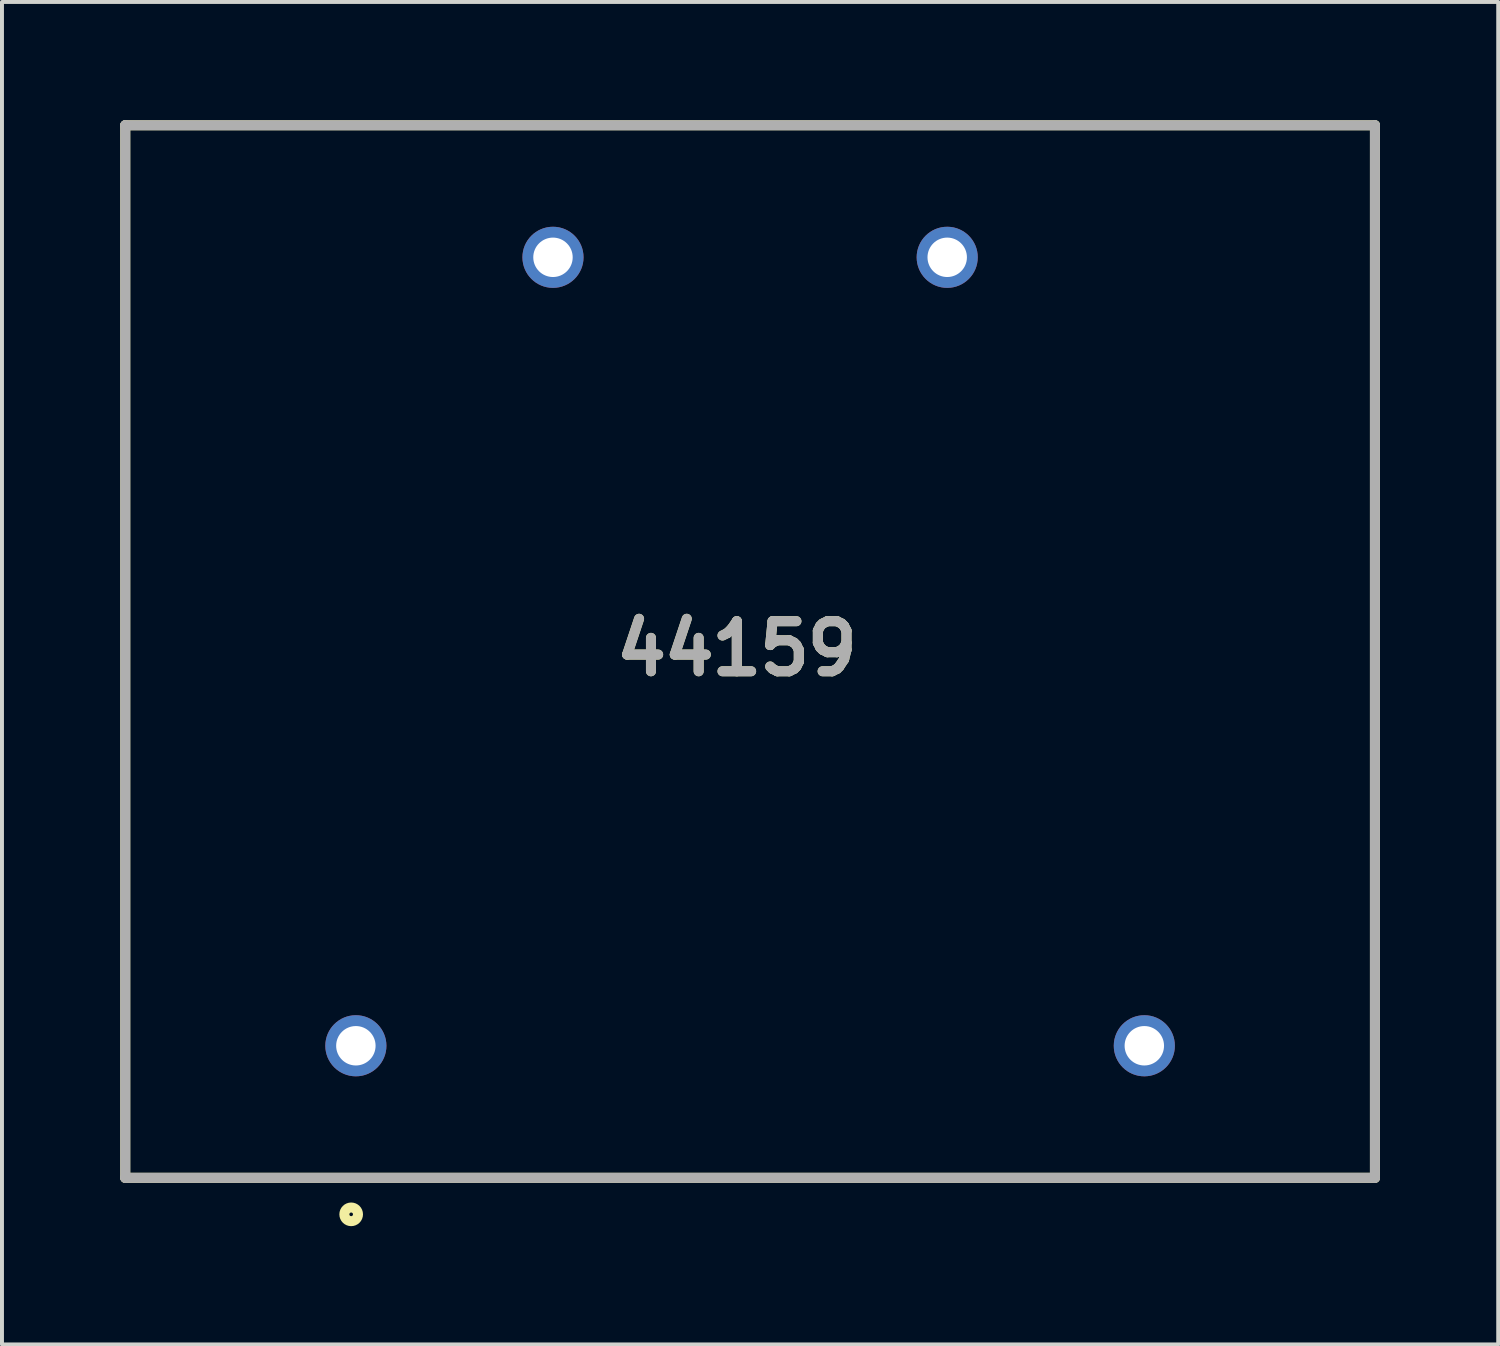
<source format=kicad_pcb>
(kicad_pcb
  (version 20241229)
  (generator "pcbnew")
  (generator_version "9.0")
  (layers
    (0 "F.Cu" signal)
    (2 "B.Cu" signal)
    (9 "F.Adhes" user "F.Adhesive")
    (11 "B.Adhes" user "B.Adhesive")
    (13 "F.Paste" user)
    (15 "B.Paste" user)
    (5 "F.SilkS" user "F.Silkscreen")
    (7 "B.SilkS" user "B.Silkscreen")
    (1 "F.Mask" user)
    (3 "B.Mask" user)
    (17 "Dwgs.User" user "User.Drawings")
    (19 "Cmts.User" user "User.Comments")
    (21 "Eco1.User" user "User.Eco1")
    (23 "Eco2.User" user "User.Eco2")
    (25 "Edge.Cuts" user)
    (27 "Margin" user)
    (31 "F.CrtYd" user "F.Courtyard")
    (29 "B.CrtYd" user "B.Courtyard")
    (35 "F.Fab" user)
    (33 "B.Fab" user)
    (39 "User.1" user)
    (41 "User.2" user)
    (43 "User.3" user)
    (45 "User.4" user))
  (footprint "44159"
    (layer "F.Cu")
    (at 15.977 13.477)
    (property "Reference" "44159" (at -0.337 -0.074 0) (layer "F.SilkS") (effects (font (size 1.27 1.27) (thickness 0.254))))
    (attr through_hole)
    (fp_line (start -15.85 -13.35) (end 15.85 -13.35) (stroke (width 0.254) (type solid)) (layer "F.SilkS"))
    (fp_line (start -15.85 13.35) (end -15.85 -13.35) (stroke (width 0.254) (type solid)) (layer "F.SilkS"))
    (fp_line (start 15.85 -13.35) (end 15.85 13.35) (stroke (width 0.254) (type solid)) (layer "F.SilkS"))
    (fp_line (start 15.85 13.35) (end -15.85 13.35) (stroke (width 0.254) (type solid)) (layer "F.SilkS"))
    (fp_circle (center -10.119 14.276) (end -10.119 14.449) (stroke (width 0.254) (type solid)) (fill no) (layer "F.SilkS"))
    (fp_line (start -15.85 -13.35) (end 15.85 -13.35) (stroke (width 0.254) (type solid)) (layer "F.Fab"))
    (fp_line (start -15.85 13.35) (end -15.85 -13.35) (stroke (width 0.254) (type solid)) (layer "F.Fab"))
    (fp_line (start 15.85 -13.35) (end 15.85 13.35) (stroke (width 0.254) (type solid)) (layer "F.Fab"))
    (fp_line (start 15.85 13.35) (end -15.85 13.35) (stroke (width 0.254) (type solid)) (layer "F.Fab"))
    (fp_text user "${REFERENCE}" (at -0.337 -0.074 0) (layer "F.Fab") (effects (font (size 1.27 1.27) (thickness 0.254))))
    (pad "1" thru_hole circle (at -10 10) (size 1.55 1.55) (drill 1) (layers "*.Cu" "*.Mask"))
    (pad "5" thru_hole circle (at 10 10) (size 1.55 1.55) (drill 1) (layers "*.Cu" "*.Mask"))
    (pad "7" thru_hole circle (at 5 -10) (size 1.55 1.55) (drill 1) (layers "*.Cu" "*.Mask"))
    (pad "9" thru_hole circle (at -5 -10) (size 1.55 1.55) (drill 1) (layers "*.Cu" "*.Mask")))
  (gr_rect
    (start -3 -3)
    (end 34.954 31.053)
    (stroke (width 0.1) (type default))
    (fill no)
    (layer "Edge.Cuts")))
</source>
